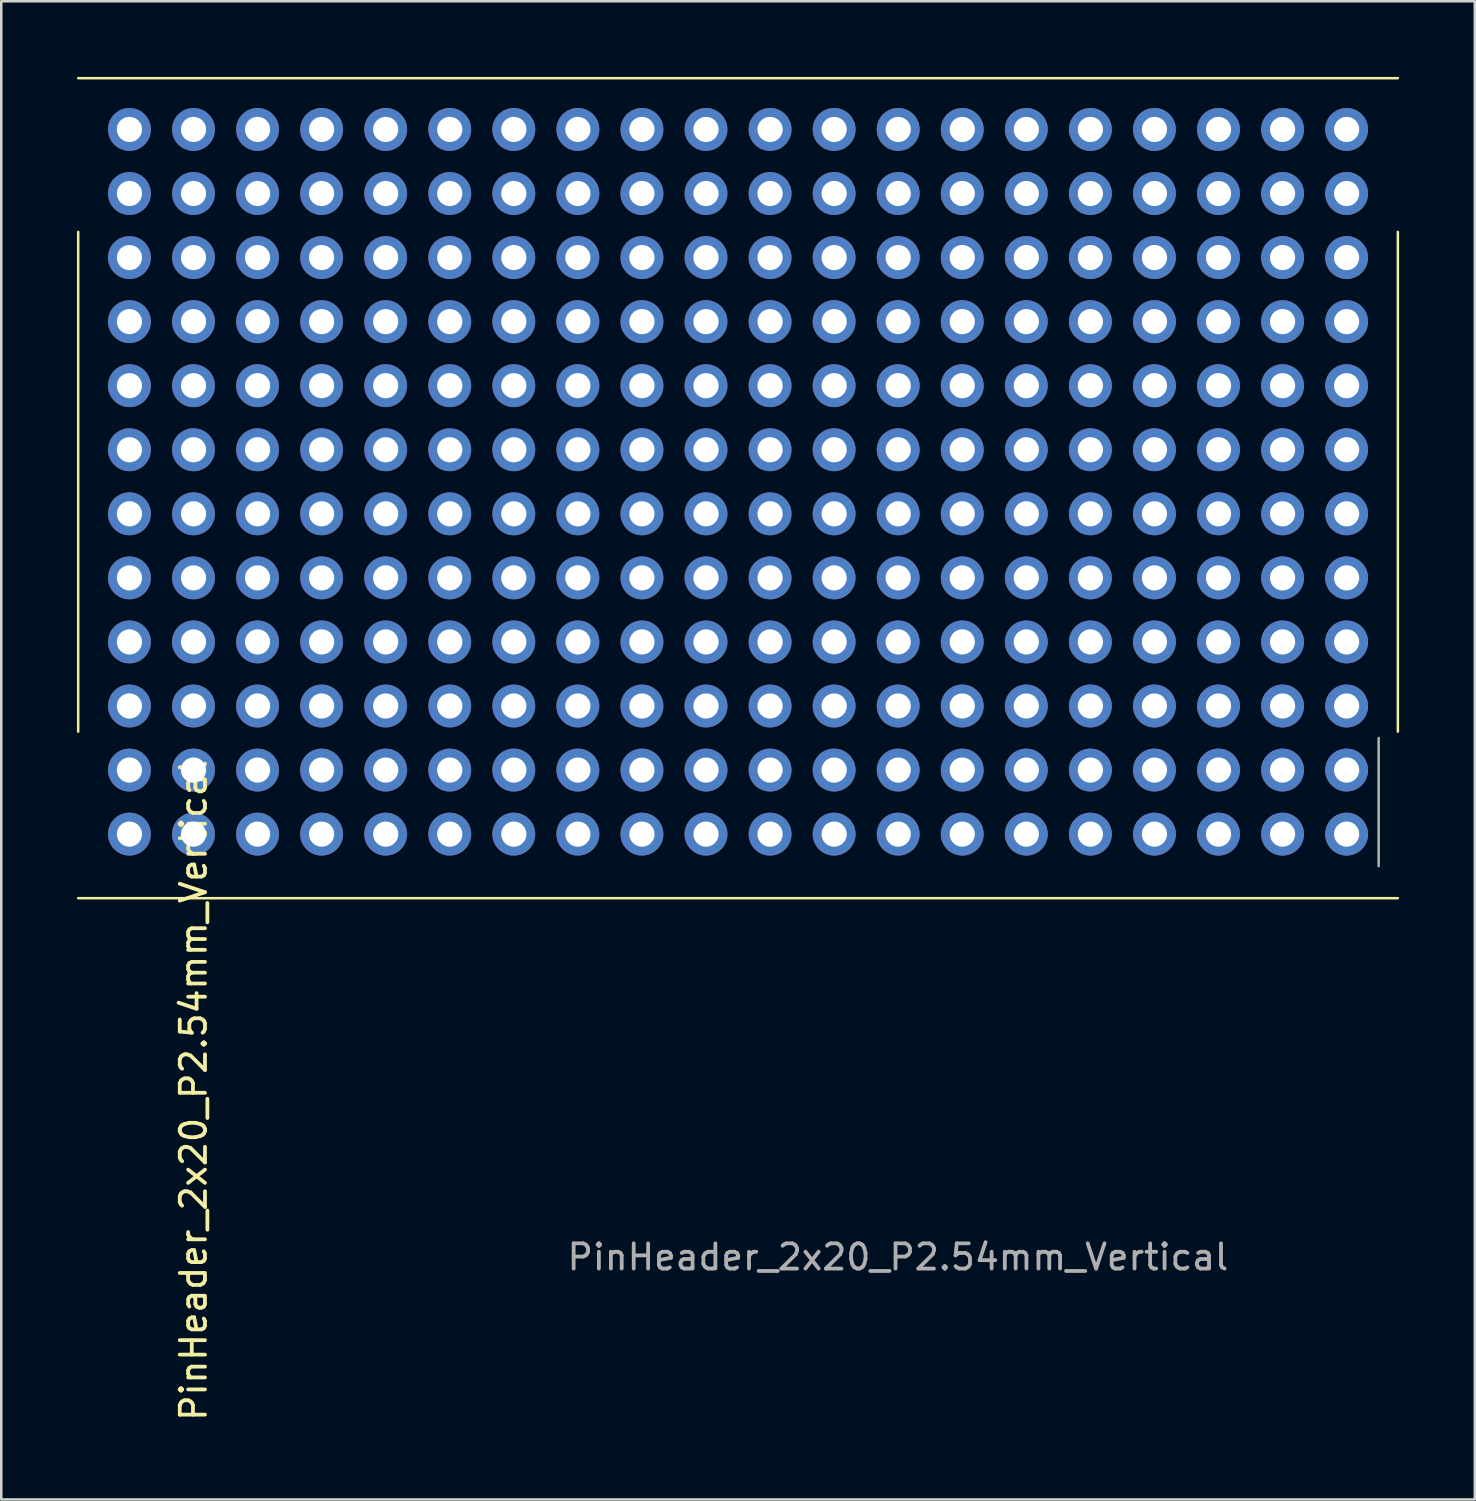
<source format=kicad_pcb>
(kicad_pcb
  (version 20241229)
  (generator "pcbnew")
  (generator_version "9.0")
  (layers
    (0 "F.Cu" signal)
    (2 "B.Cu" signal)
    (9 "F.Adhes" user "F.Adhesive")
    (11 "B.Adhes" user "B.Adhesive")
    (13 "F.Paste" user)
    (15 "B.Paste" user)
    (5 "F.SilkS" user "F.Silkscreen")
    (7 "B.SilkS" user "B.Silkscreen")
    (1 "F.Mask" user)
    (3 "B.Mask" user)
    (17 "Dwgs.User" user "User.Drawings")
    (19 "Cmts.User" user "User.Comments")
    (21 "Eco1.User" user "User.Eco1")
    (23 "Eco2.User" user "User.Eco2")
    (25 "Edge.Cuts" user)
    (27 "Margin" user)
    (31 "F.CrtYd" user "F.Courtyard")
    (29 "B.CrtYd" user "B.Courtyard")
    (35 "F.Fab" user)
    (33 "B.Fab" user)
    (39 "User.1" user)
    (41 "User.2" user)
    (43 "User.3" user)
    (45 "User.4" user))
  (footprint "PinHeader_2x20_P2.54mm_Vertical"
    (layer "F.Cu")
    (at 2.082 2.082)
    (property "Reference" "PinHeader_2x20_P2.54mm_Vertical" (at 2.54 38.1 90) (layer "F.SilkS") (effects (font (size 1 1) (thickness 0.15))))
    (attr through_hole)
    (fp_line (start -2.032 4.064) (end -2.032 23.876) (stroke (width 0.1) (type default)) (layer "F.SilkS"))
    (fp_line (start -2.032 30.48) (end 50.292 30.48) (stroke (width 0.1) (type default)) (layer "F.SilkS"))
    (fp_line (start 50.292 -2.032) (end -2.032 -2.032) (stroke (width 0.1) (type default)) (layer "F.SilkS"))
    (fp_line (start 50.292 4.064) (end 50.292 23.876) (stroke (width 0.1) (type default)) (layer "F.SilkS"))
    (fp_line (start 49.53 24.13) (end 49.53 29.21) (stroke (width 0.1) (type solid)) (layer "F.Fab"))
    (fp_text user "${REFERENCE}" (at 30.47 44.71 180) (layer "F.Fab") (effects (font (size 1 1) (thickness 0.15))))
    (pad "1" thru_hole circle (at 0 27.94 90) (size 1.7 1.7) (drill 1) (layers "*.Cu" "*.Mask"))
    (pad "2" thru_hole circle (at 0 0 90) (size 1.7 1.7) (drill 1) (layers "*.Cu" "*.Mask"))
    (pad "2" thru_hole circle (at 0 2.54 90) (size 1.7 1.7) (drill 1) (layers "*.Cu" "*.Mask"))
    (pad "2" thru_hole circle (at 0 5.08 90) (size 1.7 1.7) (drill 1) (layers "*.Cu" "*.Mask"))
    (pad "2" thru_hole circle (at 0 7.62 90) (size 1.7 1.7) (drill 1) (layers "*.Cu" "*.Mask"))
    (pad "2" thru_hole circle (at 0 10.16 90) (size 1.7 1.7) (drill 1) (layers "*.Cu" "*.Mask"))
    (pad "2" thru_hole circle (at 0 12.7 90) (size 1.7 1.7) (drill 1) (layers "*.Cu" "*.Mask"))
    (pad "2" thru_hole circle (at 0 15.24 90) (size 1.7 1.7) (drill 1) (layers "*.Cu" "*.Mask"))
    (pad "2" thru_hole circle (at 0 17.78 90) (size 1.7 1.7) (drill 1) (layers "*.Cu" "*.Mask"))
    (pad "2" thru_hole circle (at 0 20.32 90) (size 1.7 1.7) (drill 1) (layers "*.Cu" "*.Mask"))
    (pad "2" thru_hole circle (at 0 22.86 90) (size 1.7 1.7) (drill 1) (layers "*.Cu" "*.Mask"))
    (pad "2" thru_hole circle (at 0 25.4 90) (size 1.7 1.7) (drill 1) (layers "*.Cu" "*.Mask"))
    (pad "3" thru_hole circle (at 2.54 27.94 90) (size 1.7 1.7) (drill 1) (layers "*.Cu" "*.Mask"))
    (pad "4" thru_hole circle (at 2.54 0 90) (size 1.7 1.7) (drill 1) (layers "*.Cu" "*.Mask"))
    (pad "4" thru_hole circle (at 2.54 2.54 90) (size 1.7 1.7) (drill 1) (layers "*.Cu" "*.Mask"))
    (pad "4" thru_hole circle (at 2.54 5.08 90) (size 1.7 1.7) (drill 1) (layers "*.Cu" "*.Mask"))
    (pad "4" thru_hole circle (at 2.54 7.62 90) (size 1.7 1.7) (drill 1) (layers "*.Cu" "*.Mask"))
    (pad "4" thru_hole circle (at 2.54 10.16 90) (size 1.7 1.7) (drill 1) (layers "*.Cu" "*.Mask"))
    (pad "4" thru_hole circle (at 2.54 12.7 90) (size 1.7 1.7) (drill 1) (layers "*.Cu" "*.Mask"))
    (pad "4" thru_hole circle (at 2.54 15.24 90) (size 1.7 1.7) (drill 1) (layers "*.Cu" "*.Mask"))
    (pad "4" thru_hole circle (at 2.54 17.78 90) (size 1.7 1.7) (drill 1) (layers "*.Cu" "*.Mask"))
    (pad "4" thru_hole circle (at 2.54 20.32 90) (size 1.7 1.7) (drill 1) (layers "*.Cu" "*.Mask"))
    (pad "4" thru_hole circle (at 2.54 22.86 90) (size 1.7 1.7) (drill 1) (layers "*.Cu" "*.Mask"))
    (pad "4" thru_hole circle (at 2.54 25.4 90) (size 1.7 1.7) (drill 1) (layers "*.Cu" "*.Mask"))
    (pad "5" thru_hole circle (at 5.08 27.94 90) (size 1.7 1.7) (drill 1) (layers "*.Cu" "*.Mask"))
    (pad "6" thru_hole circle (at 5.08 0 90) (size 1.7 1.7) (drill 1) (layers "*.Cu" "*.Mask"))
    (pad "6" thru_hole circle (at 5.08 2.54 90) (size 1.7 1.7) (drill 1) (layers "*.Cu" "*.Mask"))
    (pad "6" thru_hole circle (at 5.08 5.08 90) (size 1.7 1.7) (drill 1) (layers "*.Cu" "*.Mask"))
    (pad "6" thru_hole circle (at 5.08 7.62 90) (size 1.7 1.7) (drill 1) (layers "*.Cu" "*.Mask"))
    (pad "6" thru_hole circle (at 5.08 10.16 90) (size 1.7 1.7) (drill 1) (layers "*.Cu" "*.Mask"))
    (pad "6" thru_hole circle (at 5.08 12.7 90) (size 1.7 1.7) (drill 1) (layers "*.Cu" "*.Mask"))
    (pad "6" thru_hole circle (at 5.08 15.24 90) (size 1.7 1.7) (drill 1) (layers "*.Cu" "*.Mask"))
    (pad "6" thru_hole circle (at 5.08 17.78 90) (size 1.7 1.7) (drill 1) (layers "*.Cu" "*.Mask"))
    (pad "6" thru_hole circle (at 5.08 20.32 90) (size 1.7 1.7) (drill 1) (layers "*.Cu" "*.Mask"))
    (pad "6" thru_hole circle (at 5.08 22.86 90) (size 1.7 1.7) (drill 1) (layers "*.Cu" "*.Mask"))
    (pad "6" thru_hole circle (at 5.08 25.4 90) (size 1.7 1.7) (drill 1) (layers "*.Cu" "*.Mask"))
    (pad "7" thru_hole circle (at 7.62 27.94 90) (size 1.7 1.7) (drill 1) (layers "*.Cu" "*.Mask"))
    (pad "8" thru_hole circle (at 7.62 0 90) (size 1.7 1.7) (drill 1) (layers "*.Cu" "*.Mask"))
    (pad "8" thru_hole circle (at 7.62 2.54 90) (size 1.7 1.7) (drill 1) (layers "*.Cu" "*.Mask"))
    (pad "8" thru_hole circle (at 7.62 5.08 90) (size 1.7 1.7) (drill 1) (layers "*.Cu" "*.Mask"))
    (pad "8" thru_hole circle (at 7.62 7.62 90) (size 1.7 1.7) (drill 1) (layers "*.Cu" "*.Mask"))
    (pad "8" thru_hole circle (at 7.62 10.16 90) (size 1.7 1.7) (drill 1) (layers "*.Cu" "*.Mask"))
    (pad "8" thru_hole circle (at 7.62 12.7 90) (size 1.7 1.7) (drill 1) (layers "*.Cu" "*.Mask"))
    (pad "8" thru_hole circle (at 7.62 15.24 90) (size 1.7 1.7) (drill 1) (layers "*.Cu" "*.Mask"))
    (pad "8" thru_hole circle (at 7.62 17.78 90) (size 1.7 1.7) (drill 1) (layers "*.Cu" "*.Mask"))
    (pad "8" thru_hole circle (at 7.62 20.32 90) (size 1.7 1.7) (drill 1) (layers "*.Cu" "*.Mask"))
    (pad "8" thru_hole circle (at 7.62 22.86 90) (size 1.7 1.7) (drill 1) (layers "*.Cu" "*.Mask"))
    (pad "8" thru_hole circle (at 7.62 25.4 90) (size 1.7 1.7) (drill 1) (layers "*.Cu" "*.Mask"))
    (pad "9" thru_hole circle (at 10.16 27.94 90) (size 1.7 1.7) (drill 1) (layers "*.Cu" "*.Mask"))
    (pad "10" thru_hole circle (at 10.16 0 90) (size 1.7 1.7) (drill 1) (layers "*.Cu" "*.Mask"))
    (pad "10" thru_hole circle (at 10.16 2.54 90) (size 1.7 1.7) (drill 1) (layers "*.Cu" "*.Mask"))
    (pad "10" thru_hole circle (at 10.16 5.08 90) (size 1.7 1.7) (drill 1) (layers "*.Cu" "*.Mask"))
    (pad "10" thru_hole circle (at 10.16 7.62 90) (size 1.7 1.7) (drill 1) (layers "*.Cu" "*.Mask"))
    (pad "10" thru_hole circle (at 10.16 10.16 90) (size 1.7 1.7) (drill 1) (layers "*.Cu" "*.Mask"))
    (pad "10" thru_hole circle (at 10.16 12.7 90) (size 1.7 1.7) (drill 1) (layers "*.Cu" "*.Mask"))
    (pad "10" thru_hole circle (at 10.16 15.24 90) (size 1.7 1.7) (drill 1) (layers "*.Cu" "*.Mask"))
    (pad "10" thru_hole circle (at 10.16 17.78 90) (size 1.7 1.7) (drill 1) (layers "*.Cu" "*.Mask"))
    (pad "10" thru_hole circle (at 10.16 20.32 90) (size 1.7 1.7) (drill 1) (layers "*.Cu" "*.Mask"))
    (pad "10" thru_hole circle (at 10.16 22.86 90) (size 1.7 1.7) (drill 1) (layers "*.Cu" "*.Mask"))
    (pad "10" thru_hole circle (at 10.16 25.4 90) (size 1.7 1.7) (drill 1) (layers "*.Cu" "*.Mask"))
    (pad "11" thru_hole circle (at 12.7 27.94 90) (size 1.7 1.7) (drill 1) (layers "*.Cu" "*.Mask"))
    (pad "12" thru_hole circle (at 12.7 0 90) (size 1.7 1.7) (drill 1) (layers "*.Cu" "*.Mask"))
    (pad "12" thru_hole circle (at 12.7 2.54 90) (size 1.7 1.7) (drill 1) (layers "*.Cu" "*.Mask"))
    (pad "12" thru_hole circle (at 12.7 5.08 90) (size 1.7 1.7) (drill 1) (layers "*.Cu" "*.Mask"))
    (pad "12" thru_hole circle (at 12.7 7.62 90) (size 1.7 1.7) (drill 1) (layers "*.Cu" "*.Mask"))
    (pad "12" thru_hole circle (at 12.7 10.16 90) (size 1.7 1.7) (drill 1) (layers "*.Cu" "*.Mask"))
    (pad "12" thru_hole circle (at 12.7 12.7 90) (size 1.7 1.7) (drill 1) (layers "*.Cu" "*.Mask"))
    (pad "12" thru_hole circle (at 12.7 15.24 90) (size 1.7 1.7) (drill 1) (layers "*.Cu" "*.Mask"))
    (pad "12" thru_hole circle (at 12.7 17.78 90) (size 1.7 1.7) (drill 1) (layers "*.Cu" "*.Mask"))
    (pad "12" thru_hole circle (at 12.7 20.32 90) (size 1.7 1.7) (drill 1) (layers "*.Cu" "*.Mask"))
    (pad "12" thru_hole circle (at 12.7 22.86 90) (size 1.7 1.7) (drill 1) (layers "*.Cu" "*.Mask"))
    (pad "12" thru_hole circle (at 12.7 25.4 90) (size 1.7 1.7) (drill 1) (layers "*.Cu" "*.Mask"))
    (pad "13" thru_hole circle (at 15.24 27.94 90) (size 1.7 1.7) (drill 1) (layers "*.Cu" "*.Mask"))
    (pad "14" thru_hole circle (at 15.24 0 90) (size 1.7 1.7) (drill 1) (layers "*.Cu" "*.Mask"))
    (pad "14" thru_hole circle (at 15.24 2.54 90) (size 1.7 1.7) (drill 1) (layers "*.Cu" "*.Mask"))
    (pad "14" thru_hole circle (at 15.24 5.08 90) (size 1.7 1.7) (drill 1) (layers "*.Cu" "*.Mask"))
    (pad "14" thru_hole circle (at 15.24 7.62 90) (size 1.7 1.7) (drill 1) (layers "*.Cu" "*.Mask"))
    (pad "14" thru_hole circle (at 15.24 10.16 90) (size 1.7 1.7) (drill 1) (layers "*.Cu" "*.Mask"))
    (pad "14" thru_hole circle (at 15.24 12.7 90) (size 1.7 1.7) (drill 1) (layers "*.Cu" "*.Mask"))
    (pad "14" thru_hole circle (at 15.24 15.24 90) (size 1.7 1.7) (drill 1) (layers "*.Cu" "*.Mask"))
    (pad "14" thru_hole circle (at 15.24 17.78 90) (size 1.7 1.7) (drill 1) (layers "*.Cu" "*.Mask"))
    (pad "14" thru_hole circle (at 15.24 20.32 90) (size 1.7 1.7) (drill 1) (layers "*.Cu" "*.Mask"))
    (pad "14" thru_hole circle (at 15.24 22.86 90) (size 1.7 1.7) (drill 1) (layers "*.Cu" "*.Mask"))
    (pad "14" thru_hole circle (at 15.24 25.4 90) (size 1.7 1.7) (drill 1) (layers "*.Cu" "*.Mask"))
    (pad "15" thru_hole circle (at 17.78 27.94 90) (size 1.7 1.7) (drill 1) (layers "*.Cu" "*.Mask"))
    (pad "16" thru_hole circle (at 17.78 0 90) (size 1.7 1.7) (drill 1) (layers "*.Cu" "*.Mask"))
    (pad "16" thru_hole circle (at 17.78 2.54 90) (size 1.7 1.7) (drill 1) (layers "*.Cu" "*.Mask"))
    (pad "16" thru_hole circle (at 17.78 5.08 90) (size 1.7 1.7) (drill 1) (layers "*.Cu" "*.Mask"))
    (pad "16" thru_hole circle (at 17.78 7.62 90) (size 1.7 1.7) (drill 1) (layers "*.Cu" "*.Mask"))
    (pad "16" thru_hole circle (at 17.78 10.16 90) (size 1.7 1.7) (drill 1) (layers "*.Cu" "*.Mask"))
    (pad "16" thru_hole circle (at 17.78 12.7 90) (size 1.7 1.7) (drill 1) (layers "*.Cu" "*.Mask"))
    (pad "16" thru_hole circle (at 17.78 15.24 90) (size 1.7 1.7) (drill 1) (layers "*.Cu" "*.Mask"))
    (pad "16" thru_hole circle (at 17.78 17.78 90) (size 1.7 1.7) (drill 1) (layers "*.Cu" "*.Mask"))
    (pad "16" thru_hole circle (at 17.78 20.32 90) (size 1.7 1.7) (drill 1) (layers "*.Cu" "*.Mask"))
    (pad "16" thru_hole circle (at 17.78 22.86 90) (size 1.7 1.7) (drill 1) (layers "*.Cu" "*.Mask"))
    (pad "16" thru_hole circle (at 17.78 25.4 90) (size 1.7 1.7) (drill 1) (layers "*.Cu" "*.Mask"))
    (pad "17" thru_hole circle (at 20.32 27.94 90) (size 1.7 1.7) (drill 1) (layers "*.Cu" "*.Mask"))
    (pad "18" thru_hole circle (at 20.32 0 90) (size 1.7 1.7) (drill 1) (layers "*.Cu" "*.Mask"))
    (pad "18" thru_hole circle (at 20.32 2.54 90) (size 1.7 1.7) (drill 1) (layers "*.Cu" "*.Mask"))
    (pad "18" thru_hole circle (at 20.32 5.08 90) (size 1.7 1.7) (drill 1) (layers "*.Cu" "*.Mask"))
    (pad "18" thru_hole circle (at 20.32 7.62 90) (size 1.7 1.7) (drill 1) (layers "*.Cu" "*.Mask"))
    (pad "18" thru_hole circle (at 20.32 10.16 90) (size 1.7 1.7) (drill 1) (layers "*.Cu" "*.Mask"))
    (pad "18" thru_hole circle (at 20.32 12.7 90) (size 1.7 1.7) (drill 1) (layers "*.Cu" "*.Mask"))
    (pad "18" thru_hole circle (at 20.32 15.24 90) (size 1.7 1.7) (drill 1) (layers "*.Cu" "*.Mask"))
    (pad "18" thru_hole circle (at 20.32 17.78 90) (size 1.7 1.7) (drill 1) (layers "*.Cu" "*.Mask"))
    (pad "18" thru_hole circle (at 20.32 20.32 90) (size 1.7 1.7) (drill 1) (layers "*.Cu" "*.Mask"))
    (pad "18" thru_hole circle (at 20.32 22.86 90) (size 1.7 1.7) (drill 1) (layers "*.Cu" "*.Mask"))
    (pad "18" thru_hole circle (at 20.32 25.4 90) (size 1.7 1.7) (drill 1) (layers "*.Cu" "*.Mask"))
    (pad "19" thru_hole circle (at 22.86 27.94 90) (size 1.7 1.7) (drill 1) (layers "*.Cu" "*.Mask"))
    (pad "20" thru_hole circle (at 22.86 0 90) (size 1.7 1.7) (drill 1) (layers "*.Cu" "*.Mask"))
    (pad "20" thru_hole circle (at 22.86 2.54 90) (size 1.7 1.7) (drill 1) (layers "*.Cu" "*.Mask"))
    (pad "20" thru_hole circle (at 22.86 5.08 90) (size 1.7 1.7) (drill 1) (layers "*.Cu" "*.Mask"))
    (pad "20" thru_hole circle (at 22.86 7.62 90) (size 1.7 1.7) (drill 1) (layers "*.Cu" "*.Mask"))
    (pad "20" thru_hole circle (at 22.86 10.16 90) (size 1.7 1.7) (drill 1) (layers "*.Cu" "*.Mask"))
    (pad "20" thru_hole circle (at 22.86 12.7 90) (size 1.7 1.7) (drill 1) (layers "*.Cu" "*.Mask"))
    (pad "20" thru_hole circle (at 22.86 15.24 90) (size 1.7 1.7) (drill 1) (layers "*.Cu" "*.Mask"))
    (pad "20" thru_hole circle (at 22.86 17.78 90) (size 1.7 1.7) (drill 1) (layers "*.Cu" "*.Mask"))
    (pad "20" thru_hole circle (at 22.86 20.32 90) (size 1.7 1.7) (drill 1) (layers "*.Cu" "*.Mask"))
    (pad "20" thru_hole circle (at 22.86 22.86 90) (size 1.7 1.7) (drill 1) (layers "*.Cu" "*.Mask"))
    (pad "20" thru_hole circle (at 22.86 25.4 90) (size 1.7 1.7) (drill 1) (layers "*.Cu" "*.Mask"))
    (pad "21" thru_hole circle (at 25.4 27.94 90) (size 1.7 1.7) (drill 1) (layers "*.Cu" "*.Mask"))
    (pad "22" thru_hole circle (at 25.4 0 90) (size 1.7 1.7) (drill 1) (layers "*.Cu" "*.Mask"))
    (pad "22" thru_hole circle (at 25.4 2.54 90) (size 1.7 1.7) (drill 1) (layers "*.Cu" "*.Mask"))
    (pad "22" thru_hole circle (at 25.4 5.08 90) (size 1.7 1.7) (drill 1) (layers "*.Cu" "*.Mask"))
    (pad "22" thru_hole circle (at 25.4 7.62 90) (size 1.7 1.7) (drill 1) (layers "*.Cu" "*.Mask"))
    (pad "22" thru_hole circle (at 25.4 10.16 90) (size 1.7 1.7) (drill 1) (layers "*.Cu" "*.Mask"))
    (pad "22" thru_hole circle (at 25.4 12.7 90) (size 1.7 1.7) (drill 1) (layers "*.Cu" "*.Mask"))
    (pad "22" thru_hole circle (at 25.4 15.24 90) (size 1.7 1.7) (drill 1) (layers "*.Cu" "*.Mask"))
    (pad "22" thru_hole circle (at 25.4 17.78 90) (size 1.7 1.7) (drill 1) (layers "*.Cu" "*.Mask"))
    (pad "22" thru_hole circle (at 25.4 20.32 90) (size 1.7 1.7) (drill 1) (layers "*.Cu" "*.Mask"))
    (pad "22" thru_hole circle (at 25.4 22.86 90) (size 1.7 1.7) (drill 1) (layers "*.Cu" "*.Mask"))
    (pad "22" thru_hole circle (at 25.4 25.4 90) (size 1.7 1.7) (drill 1) (layers "*.Cu" "*.Mask"))
    (pad "23" thru_hole circle (at 27.94 27.94 90) (size 1.7 1.7) (drill 1) (layers "*.Cu" "*.Mask"))
    (pad "24" thru_hole circle (at 27.94 0 90) (size 1.7 1.7) (drill 1) (layers "*.Cu" "*.Mask"))
    (pad "24" thru_hole circle (at 27.94 2.54 90) (size 1.7 1.7) (drill 1) (layers "*.Cu" "*.Mask"))
    (pad "24" thru_hole circle (at 27.94 5.08 90) (size 1.7 1.7) (drill 1) (layers "*.Cu" "*.Mask"))
    (pad "24" thru_hole circle (at 27.94 7.62 90) (size 1.7 1.7) (drill 1) (layers "*.Cu" "*.Mask"))
    (pad "24" thru_hole circle (at 27.94 10.16 90) (size 1.7 1.7) (drill 1) (layers "*.Cu" "*.Mask"))
    (pad "24" thru_hole circle (at 27.94 12.7 90) (size 1.7 1.7) (drill 1) (layers "*.Cu" "*.Mask"))
    (pad "24" thru_hole circle (at 27.94 15.24 90) (size 1.7 1.7) (drill 1) (layers "*.Cu" "*.Mask"))
    (pad "24" thru_hole circle (at 27.94 17.78 90) (size 1.7 1.7) (drill 1) (layers "*.Cu" "*.Mask"))
    (pad "24" thru_hole circle (at 27.94 20.32 90) (size 1.7 1.7) (drill 1) (layers "*.Cu" "*.Mask"))
    (pad "24" thru_hole circle (at 27.94 22.86 90) (size 1.7 1.7) (drill 1) (layers "*.Cu" "*.Mask"))
    (pad "24" thru_hole circle (at 27.94 25.4 90) (size 1.7 1.7) (drill 1) (layers "*.Cu" "*.Mask"))
    (pad "25" thru_hole circle (at 30.48 27.94 90) (size 1.7 1.7) (drill 1) (layers "*.Cu" "*.Mask"))
    (pad "26" thru_hole circle (at 30.48 0 90) (size 1.7 1.7) (drill 1) (layers "*.Cu" "*.Mask"))
    (pad "26" thru_hole circle (at 30.48 2.54 90) (size 1.7 1.7) (drill 1) (layers "*.Cu" "*.Mask"))
    (pad "26" thru_hole circle (at 30.48 5.08 90) (size 1.7 1.7) (drill 1) (layers "*.Cu" "*.Mask"))
    (pad "26" thru_hole circle (at 30.48 7.62 90) (size 1.7 1.7) (drill 1) (layers "*.Cu" "*.Mask"))
    (pad "26" thru_hole circle (at 30.48 10.16 90) (size 1.7 1.7) (drill 1) (layers "*.Cu" "*.Mask"))
    (pad "26" thru_hole circle (at 30.48 12.7 90) (size 1.7 1.7) (drill 1) (layers "*.Cu" "*.Mask"))
    (pad "26" thru_hole circle (at 30.48 15.24 90) (size 1.7 1.7) (drill 1) (layers "*.Cu" "*.Mask"))
    (pad "26" thru_hole circle (at 30.48 17.78 90) (size 1.7 1.7) (drill 1) (layers "*.Cu" "*.Mask"))
    (pad "26" thru_hole circle (at 30.48 20.32 90) (size 1.7 1.7) (drill 1) (layers "*.Cu" "*.Mask"))
    (pad "26" thru_hole circle (at 30.48 22.86 90) (size 1.7 1.7) (drill 1) (layers "*.Cu" "*.Mask"))
    (pad "26" thru_hole circle (at 30.48 25.4 90) (size 1.7 1.7) (drill 1) (layers "*.Cu" "*.Mask"))
    (pad "27" thru_hole circle (at 33.02 27.94 90) (size 1.7 1.7) (drill 1) (layers "*.Cu" "*.Mask"))
    (pad "28" thru_hole circle (at 33.02 0 90) (size 1.7 1.7) (drill 1) (layers "*.Cu" "*.Mask"))
    (pad "28" thru_hole circle (at 33.02 2.54 90) (size 1.7 1.7) (drill 1) (layers "*.Cu" "*.Mask"))
    (pad "28" thru_hole circle (at 33.02 5.08 90) (size 1.7 1.7) (drill 1) (layers "*.Cu" "*.Mask"))
    (pad "28" thru_hole circle (at 33.02 7.62 90) (size 1.7 1.7) (drill 1) (layers "*.Cu" "*.Mask"))
    (pad "28" thru_hole circle (at 33.02 10.16 90) (size 1.7 1.7) (drill 1) (layers "*.Cu" "*.Mask"))
    (pad "28" thru_hole circle (at 33.02 12.7 90) (size 1.7 1.7) (drill 1) (layers "*.Cu" "*.Mask"))
    (pad "28" thru_hole circle (at 33.02 15.24 90) (size 1.7 1.7) (drill 1) (layers "*.Cu" "*.Mask"))
    (pad "28" thru_hole circle (at 33.02 17.78 90) (size 1.7 1.7) (drill 1) (layers "*.Cu" "*.Mask"))
    (pad "28" thru_hole circle (at 33.02 20.32 90) (size 1.7 1.7) (drill 1) (layers "*.Cu" "*.Mask"))
    (pad "28" thru_hole circle (at 33.02 22.86 90) (size 1.7 1.7) (drill 1) (layers "*.Cu" "*.Mask"))
    (pad "28" thru_hole circle (at 33.02 25.4 90) (size 1.7 1.7) (drill 1) (layers "*.Cu" "*.Mask"))
    (pad "29" thru_hole circle (at 35.56 27.94 90) (size 1.7 1.7) (drill 1) (layers "*.Cu" "*.Mask"))
    (pad "30" thru_hole circle (at 35.56 0 90) (size 1.7 1.7) (drill 1) (layers "*.Cu" "*.Mask"))
    (pad "30" thru_hole circle (at 35.56 2.54 90) (size 1.7 1.7) (drill 1) (layers "*.Cu" "*.Mask"))
    (pad "30" thru_hole circle (at 35.56 5.08 90) (size 1.7 1.7) (drill 1) (layers "*.Cu" "*.Mask"))
    (pad "30" thru_hole circle (at 35.56 7.62 90) (size 1.7 1.7) (drill 1) (layers "*.Cu" "*.Mask"))
    (pad "30" thru_hole circle (at 35.56 10.16 90) (size 1.7 1.7) (drill 1) (layers "*.Cu" "*.Mask"))
    (pad "30" thru_hole circle (at 35.56 12.7 90) (size 1.7 1.7) (drill 1) (layers "*.Cu" "*.Mask"))
    (pad "30" thru_hole circle (at 35.56 15.24 90) (size 1.7 1.7) (drill 1) (layers "*.Cu" "*.Mask"))
    (pad "30" thru_hole circle (at 35.56 17.78 90) (size 1.7 1.7) (drill 1) (layers "*.Cu" "*.Mask"))
    (pad "30" thru_hole circle (at 35.56 20.32 90) (size 1.7 1.7) (drill 1) (layers "*.Cu" "*.Mask"))
    (pad "30" thru_hole circle (at 35.56 22.86 90) (size 1.7 1.7) (drill 1) (layers "*.Cu" "*.Mask"))
    (pad "30" thru_hole circle (at 35.56 25.4 90) (size 1.7 1.7) (drill 1) (layers "*.Cu" "*.Mask"))
    (pad "31" thru_hole circle (at 38.1 27.94 90) (size 1.7 1.7) (drill 1) (layers "*.Cu" "*.Mask"))
    (pad "32" thru_hole circle (at 38.1 0 90) (size 1.7 1.7) (drill 1) (layers "*.Cu" "*.Mask"))
    (pad "32" thru_hole circle (at 38.1 2.54 90) (size 1.7 1.7) (drill 1) (layers "*.Cu" "*.Mask"))
    (pad "32" thru_hole circle (at 38.1 5.08 90) (size 1.7 1.7) (drill 1) (layers "*.Cu" "*.Mask"))
    (pad "32" thru_hole circle (at 38.1 7.62 90) (size 1.7 1.7) (drill 1) (layers "*.Cu" "*.Mask"))
    (pad "32" thru_hole circle (at 38.1 10.16 90) (size 1.7 1.7) (drill 1) (layers "*.Cu" "*.Mask"))
    (pad "32" thru_hole circle (at 38.1 12.7 90) (size 1.7 1.7) (drill 1) (layers "*.Cu" "*.Mask"))
    (pad "32" thru_hole circle (at 38.1 15.24 90) (size 1.7 1.7) (drill 1) (layers "*.Cu" "*.Mask"))
    (pad "32" thru_hole circle (at 38.1 17.78 90) (size 1.7 1.7) (drill 1) (layers "*.Cu" "*.Mask"))
    (pad "32" thru_hole circle (at 38.1 20.32 90) (size 1.7 1.7) (drill 1) (layers "*.Cu" "*.Mask"))
    (pad "32" thru_hole circle (at 38.1 22.86 90) (size 1.7 1.7) (drill 1) (layers "*.Cu" "*.Mask"))
    (pad "32" thru_hole circle (at 38.1 25.4 90) (size 1.7 1.7) (drill 1) (layers "*.Cu" "*.Mask"))
    (pad "33" thru_hole circle (at 40.64 27.94 90) (size 1.7 1.7) (drill 1) (layers "*.Cu" "*.Mask"))
    (pad "34" thru_hole circle (at 40.64 0 90) (size 1.7 1.7) (drill 1) (layers "*.Cu" "*.Mask"))
    (pad "34" thru_hole circle (at 40.64 2.54 90) (size 1.7 1.7) (drill 1) (layers "*.Cu" "*.Mask"))
    (pad "34" thru_hole circle (at 40.64 5.08 90) (size 1.7 1.7) (drill 1) (layers "*.Cu" "*.Mask"))
    (pad "34" thru_hole circle (at 40.64 7.62 90) (size 1.7 1.7) (drill 1) (layers "*.Cu" "*.Mask"))
    (pad "34" thru_hole circle (at 40.64 10.16 90) (size 1.7 1.7) (drill 1) (layers "*.Cu" "*.Mask"))
    (pad "34" thru_hole circle (at 40.64 12.7 90) (size 1.7 1.7) (drill 1) (layers "*.Cu" "*.Mask"))
    (pad "34" thru_hole circle (at 40.64 15.24 90) (size 1.7 1.7) (drill 1) (layers "*.Cu" "*.Mask"))
    (pad "34" thru_hole circle (at 40.64 17.78 90) (size 1.7 1.7) (drill 1) (layers "*.Cu" "*.Mask"))
    (pad "34" thru_hole circle (at 40.64 20.32 90) (size 1.7 1.7) (drill 1) (layers "*.Cu" "*.Mask"))
    (pad "34" thru_hole circle (at 40.64 22.86 90) (size 1.7 1.7) (drill 1) (layers "*.Cu" "*.Mask"))
    (pad "34" thru_hole circle (at 40.64 25.4 90) (size 1.7 1.7) (drill 1) (layers "*.Cu" "*.Mask"))
    (pad "35" thru_hole circle (at 43.18 27.94 90) (size 1.7 1.7) (drill 1) (layers "*.Cu" "*.Mask"))
    (pad "36" thru_hole circle (at 43.18 0 90) (size 1.7 1.7) (drill 1) (layers "*.Cu" "*.Mask"))
    (pad "36" thru_hole circle (at 43.18 2.54 90) (size 1.7 1.7) (drill 1) (layers "*.Cu" "*.Mask"))
    (pad "36" thru_hole circle (at 43.18 5.08 90) (size 1.7 1.7) (drill 1) (layers "*.Cu" "*.Mask"))
    (pad "36" thru_hole circle (at 43.18 7.62 90) (size 1.7 1.7) (drill 1) (layers "*.Cu" "*.Mask"))
    (pad "36" thru_hole circle (at 43.18 10.16 90) (size 1.7 1.7) (drill 1) (layers "*.Cu" "*.Mask"))
    (pad "36" thru_hole circle (at 43.18 12.7 90) (size 1.7 1.7) (drill 1) (layers "*.Cu" "*.Mask"))
    (pad "36" thru_hole circle (at 43.18 15.24 90) (size 1.7 1.7) (drill 1) (layers "*.Cu" "*.Mask"))
    (pad "36" thru_hole circle (at 43.18 17.78 90) (size 1.7 1.7) (drill 1) (layers "*.Cu" "*.Mask"))
    (pad "36" thru_hole circle (at 43.18 20.32 90) (size 1.7 1.7) (drill 1) (layers "*.Cu" "*.Mask"))
    (pad "36" thru_hole circle (at 43.18 22.86 90) (size 1.7 1.7) (drill 1) (layers "*.Cu" "*.Mask"))
    (pad "36" thru_hole circle (at 43.18 25.4 90) (size 1.7 1.7) (drill 1) (layers "*.Cu" "*.Mask"))
    (pad "37" thru_hole circle (at 45.72 27.94 90) (size 1.7 1.7) (drill 1) (layers "*.Cu" "*.Mask"))
    (pad "38" thru_hole circle (at 45.72 0 90) (size 1.7 1.7) (drill 1) (layers "*.Cu" "*.Mask"))
    (pad "38" thru_hole circle (at 45.72 2.54 90) (size 1.7 1.7) (drill 1) (layers "*.Cu" "*.Mask"))
    (pad "38" thru_hole circle (at 45.72 5.08 90) (size 1.7 1.7) (drill 1) (layers "*.Cu" "*.Mask"))
    (pad "38" thru_hole circle (at 45.72 7.62 90) (size 1.7 1.7) (drill 1) (layers "*.Cu" "*.Mask"))
    (pad "38" thru_hole circle (at 45.72 10.16 90) (size 1.7 1.7) (drill 1) (layers "*.Cu" "*.Mask"))
    (pad "38" thru_hole circle (at 45.72 12.7 90) (size 1.7 1.7) (drill 1) (layers "*.Cu" "*.Mask"))
    (pad "38" thru_hole circle (at 45.72 15.24 90) (size 1.7 1.7) (drill 1) (layers "*.Cu" "*.Mask"))
    (pad "38" thru_hole circle (at 45.72 17.78 90) (size 1.7 1.7) (drill 1) (layers "*.Cu" "*.Mask"))
    (pad "38" thru_hole circle (at 45.72 20.32 90) (size 1.7 1.7) (drill 1) (layers "*.Cu" "*.Mask"))
    (pad "38" thru_hole circle (at 45.72 22.86 90) (size 1.7 1.7) (drill 1) (layers "*.Cu" "*.Mask"))
    (pad "38" thru_hole circle (at 45.72 25.4 90) (size 1.7 1.7) (drill 1) (layers "*.Cu" "*.Mask"))
    (pad "39" thru_hole circle (at 48.26 27.94 90) (size 1.7 1.7) (drill 1) (layers "*.Cu" "*.Mask"))
    (pad "40" thru_hole circle (at 48.26 0 90) (size 1.7 1.7) (drill 1) (layers "*.Cu" "*.Mask"))
    (pad "40" thru_hole circle (at 48.26 2.54 90) (size 1.7 1.7) (drill 1) (layers "*.Cu" "*.Mask"))
    (pad "40" thru_hole circle (at 48.26 5.08 90) (size 1.7 1.7) (drill 1) (layers "*.Cu" "*.Mask"))
    (pad "40" thru_hole circle (at 48.26 7.62 90) (size 1.7 1.7) (drill 1) (layers "*.Cu" "*.Mask"))
    (pad "40" thru_hole circle (at 48.26 10.16 90) (size 1.7 1.7) (drill 1) (layers "*.Cu" "*.Mask"))
    (pad "40" thru_hole circle (at 48.26 12.7 90) (size 1.7 1.7) (drill 1) (layers "*.Cu" "*.Mask"))
    (pad "40" thru_hole circle (at 48.26 15.24 90) (size 1.7 1.7) (drill 1) (layers "*.Cu" "*.Mask"))
    (pad "40" thru_hole circle (at 48.26 17.78 90) (size 1.7 1.7) (drill 1) (layers "*.Cu" "*.Mask"))
    (pad "40" thru_hole circle (at 48.26 20.32 90) (size 1.7 1.7) (drill 1) (layers "*.Cu" "*.Mask"))
    (pad "40" thru_hole circle (at 48.26 22.86 90) (size 1.7 1.7) (drill 1) (layers "*.Cu" "*.Mask"))
    (pad "40" thru_hole circle (at 48.26 25.4 90) (size 1.7 1.7) (drill 1) (layers "*.Cu" "*.Mask")))
  (gr_rect
    (start -3 -3)
    (end 55.424 56.402)
    (stroke (width 0.1) (type default))
    (fill no)
    (layer "Edge.Cuts")))
</source>
